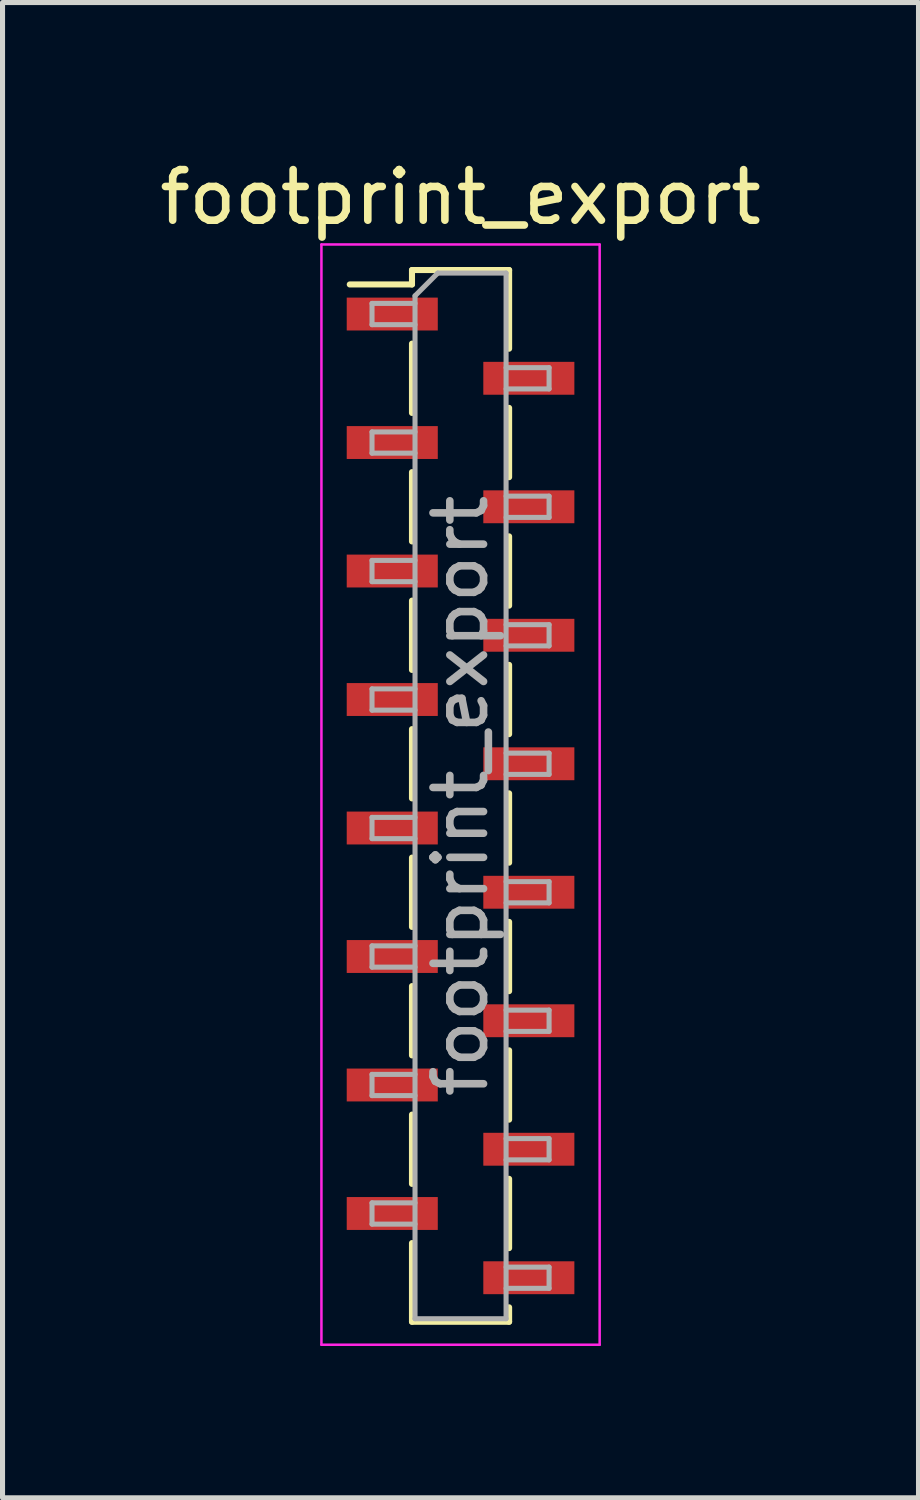
<source format=kicad_pcb>
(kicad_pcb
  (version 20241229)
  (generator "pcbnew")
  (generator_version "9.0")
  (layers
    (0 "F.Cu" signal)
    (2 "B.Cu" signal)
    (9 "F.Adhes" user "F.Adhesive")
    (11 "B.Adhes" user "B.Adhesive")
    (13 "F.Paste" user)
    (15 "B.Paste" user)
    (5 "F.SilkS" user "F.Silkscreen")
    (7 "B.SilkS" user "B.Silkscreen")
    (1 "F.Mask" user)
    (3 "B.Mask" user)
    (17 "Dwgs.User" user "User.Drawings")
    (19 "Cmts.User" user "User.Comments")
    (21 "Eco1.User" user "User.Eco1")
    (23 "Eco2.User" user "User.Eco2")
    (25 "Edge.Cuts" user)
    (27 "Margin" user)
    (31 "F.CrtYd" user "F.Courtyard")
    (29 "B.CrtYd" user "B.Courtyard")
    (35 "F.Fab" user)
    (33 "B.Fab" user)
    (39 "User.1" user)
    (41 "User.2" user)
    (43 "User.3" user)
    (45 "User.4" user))
  (footprint "footprint_export"
    (layer "F.Cu")
    (at 6.054 12.683)
    (property "Reference" "footprint_export" (at 0 -11.835 0) (layer "F.SilkS") (effects (font (size 1 1) (thickness 0.15))))
    (attr smd)
    (fp_line (start -2.19 -10.11) (end -0.96 -10.11) (stroke (width 0.12) (type solid)) (layer "F.SilkS"))
    (fp_line (start -0.96 -10.395) (end -0.96 -10.11) (stroke (width 0.12) (type solid)) (layer "F.SilkS"))
    (fp_line (start -0.96 -10.395) (end 0.96 -10.395) (stroke (width 0.12) (type solid)) (layer "F.SilkS"))
    (fp_line (start -0.96 -8.94) (end -0.96 -7.57) (stroke (width 0.12) (type solid)) (layer "F.SilkS"))
    (fp_line (start -0.96 -6.4) (end -0.96 -5.03) (stroke (width 0.12) (type solid)) (layer "F.SilkS"))
    (fp_line (start -0.96 -3.86) (end -0.96 -2.49) (stroke (width 0.12) (type solid)) (layer "F.SilkS"))
    (fp_line (start -0.96 -1.32) (end -0.96 0.05) (stroke (width 0.12) (type solid)) (layer "F.SilkS"))
    (fp_line (start -0.96 1.22) (end -0.96 2.59) (stroke (width 0.12) (type solid)) (layer "F.SilkS"))
    (fp_line (start -0.96 3.76) (end -0.96 5.13) (stroke (width 0.12) (type solid)) (layer "F.SilkS"))
    (fp_line (start -0.96 6.3) (end -0.96 7.67) (stroke (width 0.12) (type solid)) (layer "F.SilkS"))
    (fp_line (start -0.96 8.84) (end -0.96 10.395) (stroke (width 0.12) (type solid)) (layer "F.SilkS"))
    (fp_line (start -0.96 10.395) (end 0.96 10.395) (stroke (width 0.12) (type solid)) (layer "F.SilkS"))
    (fp_line (start 0.96 -10.395) (end 0.96 -8.84) (stroke (width 0.12) (type solid)) (layer "F.SilkS"))
    (fp_line (start 0.96 -7.67) (end 0.96 -6.3) (stroke (width 0.12) (type solid)) (layer "F.SilkS"))
    (fp_line (start 0.96 -5.13) (end 0.96 -3.76) (stroke (width 0.12) (type solid)) (layer "F.SilkS"))
    (fp_line (start 0.96 -2.59) (end 0.96 -1.22) (stroke (width 0.12) (type solid)) (layer "F.SilkS"))
    (fp_line (start 0.96 -0.05) (end 0.96 1.32) (stroke (width 0.12) (type solid)) (layer "F.SilkS"))
    (fp_line (start 0.96 2.49) (end 0.96 3.86) (stroke (width 0.12) (type solid)) (layer "F.SilkS"))
    (fp_line (start 0.96 5.03) (end 0.96 6.4) (stroke (width 0.12) (type solid)) (layer "F.SilkS"))
    (fp_line (start 0.96 7.57) (end 0.96 8.94) (stroke (width 0.12) (type solid)) (layer "F.SilkS"))
    (fp_line (start 0.96 10.11) (end 0.96 10.395) (stroke (width 0.12) (type solid)) (layer "F.SilkS"))
    (fp_line (start -2.75 -10.9) (end 2.75 -10.9) (stroke (width 0.05) (type solid)) (layer "F.CrtYd"))
    (fp_line (start -2.75 10.85) (end -2.75 -10.9) (stroke (width 0.05) (type solid)) (layer "F.CrtYd"))
    (fp_line (start 2.75 -10.9) (end 2.75 10.85) (stroke (width 0.05) (type solid)) (layer "F.CrtYd"))
    (fp_line (start 2.75 10.85) (end -2.75 10.85) (stroke (width 0.05) (type solid)) (layer "F.CrtYd"))
    (fp_line (start -1.75 -9.735) (end -0.9 -9.735) (stroke (width 0.1) (type solid)) (layer "F.Fab"))
    (fp_line (start -1.75 -9.315) (end -1.75 -9.735) (stroke (width 0.1) (type solid)) (layer "F.Fab"))
    (fp_line (start -1.75 -7.195) (end -0.9 -7.195) (stroke (width 0.1) (type solid)) (layer "F.Fab"))
    (fp_line (start -1.75 -6.775) (end -1.75 -7.195) (stroke (width 0.1) (type solid)) (layer "F.Fab"))
    (fp_line (start -1.75 -4.655) (end -0.9 -4.655) (stroke (width 0.1) (type solid)) (layer "F.Fab"))
    (fp_line (start -1.75 -4.235) (end -1.75 -4.655) (stroke (width 0.1) (type solid)) (layer "F.Fab"))
    (fp_line (start -1.75 -2.115) (end -0.9 -2.115) (stroke (width 0.1) (type solid)) (layer "F.Fab"))
    (fp_line (start -1.75 -1.695) (end -1.75 -2.115) (stroke (width 0.1) (type solid)) (layer "F.Fab"))
    (fp_line (start -1.75 0.425) (end -0.9 0.425) (stroke (width 0.1) (type solid)) (layer "F.Fab"))
    (fp_line (start -1.75 0.845) (end -1.75 0.425) (stroke (width 0.1) (type solid)) (layer "F.Fab"))
    (fp_line (start -1.75 2.965) (end -0.9 2.965) (stroke (width 0.1) (type solid)) (layer "F.Fab"))
    (fp_line (start -1.75 3.385) (end -1.75 2.965) (stroke (width 0.1) (type solid)) (layer "F.Fab"))
    (fp_line (start -1.75 5.505) (end -0.9 5.505) (stroke (width 0.1) (type solid)) (layer "F.Fab"))
    (fp_line (start -1.75 5.925) (end -1.75 5.505) (stroke (width 0.1) (type solid)) (layer "F.Fab"))
    (fp_line (start -1.75 8.045) (end -0.9 8.045) (stroke (width 0.1) (type solid)) (layer "F.Fab"))
    (fp_line (start -1.75 8.465) (end -1.75 8.045) (stroke (width 0.1) (type solid)) (layer "F.Fab"))
    (fp_line (start -0.9 -9.885) (end -0.45 -10.335) (stroke (width 0.1) (type solid)) (layer "F.Fab"))
    (fp_line (start -0.9 -9.315) (end -1.75 -9.315) (stroke (width 0.1) (type solid)) (layer "F.Fab"))
    (fp_line (start -0.9 -6.775) (end -1.75 -6.775) (stroke (width 0.1) (type solid)) (layer "F.Fab"))
    (fp_line (start -0.9 -4.235) (end -1.75 -4.235) (stroke (width 0.1) (type solid)) (layer "F.Fab"))
    (fp_line (start -0.9 -1.695) (end -1.75 -1.695) (stroke (width 0.1) (type solid)) (layer "F.Fab"))
    (fp_line (start -0.9 0.845) (end -1.75 0.845) (stroke (width 0.1) (type solid)) (layer "F.Fab"))
    (fp_line (start -0.9 3.385) (end -1.75 3.385) (stroke (width 0.1) (type solid)) (layer "F.Fab"))
    (fp_line (start -0.9 5.925) (end -1.75 5.925) (stroke (width 0.1) (type solid)) (layer "F.Fab"))
    (fp_line (start -0.9 8.465) (end -1.75 8.465) (stroke (width 0.1) (type solid)) (layer "F.Fab"))
    (fp_line (start -0.9 10.335) (end -0.9 -9.885) (stroke (width 0.1) (type solid)) (layer "F.Fab"))
    (fp_line (start -0.45 -10.335) (end 0.9 -10.335) (stroke (width 0.1) (type solid)) (layer "F.Fab"))
    (fp_line (start 0.9 -10.335) (end 0.9 10.335) (stroke (width 0.1) (type solid)) (layer "F.Fab"))
    (fp_line (start 0.9 -8.465) (end 1.75 -8.465) (stroke (width 0.1) (type solid)) (layer "F.Fab"))
    (fp_line (start 0.9 -5.925) (end 1.75 -5.925) (stroke (width 0.1) (type solid)) (layer "F.Fab"))
    (fp_line (start 0.9 -3.385) (end 1.75 -3.385) (stroke (width 0.1) (type solid)) (layer "F.Fab"))
    (fp_line (start 0.9 -0.845) (end 1.75 -0.845) (stroke (width 0.1) (type solid)) (layer "F.Fab"))
    (fp_line (start 0.9 1.695) (end 1.75 1.695) (stroke (width 0.1) (type solid)) (layer "F.Fab"))
    (fp_line (start 0.9 4.235) (end 1.75 4.235) (stroke (width 0.1) (type solid)) (layer "F.Fab"))
    (fp_line (start 0.9 6.775) (end 1.75 6.775) (stroke (width 0.1) (type solid)) (layer "F.Fab"))
    (fp_line (start 0.9 9.315) (end 1.75 9.315) (stroke (width 0.1) (type solid)) (layer "F.Fab"))
    (fp_line (start 0.9 10.335) (end -0.9 10.335) (stroke (width 0.1) (type solid)) (layer "F.Fab"))
    (fp_line (start 1.75 -8.465) (end 1.75 -8.045) (stroke (width 0.1) (type solid)) (layer "F.Fab"))
    (fp_line (start 1.75 -8.045) (end 0.9 -8.045) (stroke (width 0.1) (type solid)) (layer "F.Fab"))
    (fp_line (start 1.75 -5.925) (end 1.75 -5.505) (stroke (width 0.1) (type solid)) (layer "F.Fab"))
    (fp_line (start 1.75 -5.505) (end 0.9 -5.505) (stroke (width 0.1) (type solid)) (layer "F.Fab"))
    (fp_line (start 1.75 -3.385) (end 1.75 -2.965) (stroke (width 0.1) (type solid)) (layer "F.Fab"))
    (fp_line (start 1.75 -2.965) (end 0.9 -2.965) (stroke (width 0.1) (type solid)) (layer "F.Fab"))
    (fp_line (start 1.75 -0.845) (end 1.75 -0.425) (stroke (width 0.1) (type solid)) (layer "F.Fab"))
    (fp_line (start 1.75 -0.425) (end 0.9 -0.425) (stroke (width 0.1) (type solid)) (layer "F.Fab"))
    (fp_line (start 1.75 1.695) (end 1.75 2.115) (stroke (width 0.1) (type solid)) (layer "F.Fab"))
    (fp_line (start 1.75 2.115) (end 0.9 2.115) (stroke (width 0.1) (type solid)) (layer "F.Fab"))
    (fp_line (start 1.75 4.235) (end 1.75 4.655) (stroke (width 0.1) (type solid)) (layer "F.Fab"))
    (fp_line (start 1.75 4.655) (end 0.9 4.655) (stroke (width 0.1) (type solid)) (layer "F.Fab"))
    (fp_line (start 1.75 6.775) (end 1.75 7.195) (stroke (width 0.1) (type solid)) (layer "F.Fab"))
    (fp_line (start 1.75 7.195) (end 0.9 7.195) (stroke (width 0.1) (type solid)) (layer "F.Fab"))
    (fp_line (start 1.75 9.315) (end 1.75 9.735) (stroke (width 0.1) (type solid)) (layer "F.Fab"))
    (fp_line (start 1.75 9.735) (end 0.9 9.735) (stroke (width 0.1) (type solid)) (layer "F.Fab"))
    (fp_text user "${REFERENCE}" (at 0 0 90) (layer "F.Fab") (effects (font (size 1 1) (thickness 0.15))))
    (pad "1" smd rect (at -1.35 -9.525) (size 1.8 0.65) (layers "F.Cu" "F.Mask" "F.Paste"))
    (pad "2" smd rect (at 1.35 -8.255) (size 1.8 0.65) (layers "F.Cu" "F.Mask" "F.Paste"))
    (pad "3" smd rect (at -1.35 -6.985) (size 1.8 0.65) (layers "F.Cu" "F.Mask" "F.Paste"))
    (pad "4" smd rect (at 1.35 -5.715) (size 1.8 0.65) (layers "F.Cu" "F.Mask" "F.Paste"))
    (pad "5" smd rect (at -1.35 -4.445) (size 1.8 0.65) (layers "F.Cu" "F.Mask" "F.Paste"))
    (pad "6" smd rect (at 1.35 -3.175) (size 1.8 0.65) (layers "F.Cu" "F.Mask" "F.Paste"))
    (pad "7" smd rect (at -1.35 -1.905) (size 1.8 0.65) (layers "F.Cu" "F.Mask" "F.Paste"))
    (pad "8" smd rect (at 1.35 -0.635) (size 1.8 0.65) (layers "F.Cu" "F.Mask" "F.Paste"))
    (pad "9" smd rect (at -1.35 0.635) (size 1.8 0.65) (layers "F.Cu" "F.Mask" "F.Paste"))
    (pad "10" smd rect (at 1.35 1.905) (size 1.8 0.65) (layers "F.Cu" "F.Mask" "F.Paste"))
    (pad "11" smd rect (at -1.35 3.175) (size 1.8 0.65) (layers "F.Cu" "F.Mask" "F.Paste"))
    (pad "12" smd rect (at 1.35 4.445) (size 1.8 0.65) (layers "F.Cu" "F.Mask" "F.Paste"))
    (pad "13" smd rect (at -1.35 5.715) (size 1.8 0.65) (layers "F.Cu" "F.Mask" "F.Paste"))
    (pad "14" smd rect (at 1.35 6.985) (size 1.8 0.65) (layers "F.Cu" "F.Mask" "F.Paste"))
    (pad "15" smd rect (at -1.35 8.255) (size 1.8 0.65) (layers "F.Cu" "F.Mask" "F.Paste"))
    (pad "16" smd rect (at 1.35 9.525) (size 1.8 0.65) (layers "F.Cu" "F.Mask" "F.Paste")))
  (gr_rect
    (start -3 -3)
    (end 15.107 26.558)
    (stroke (width 0.1) (type default))
    (fill no)
    (layer "Edge.Cuts")))
</source>
